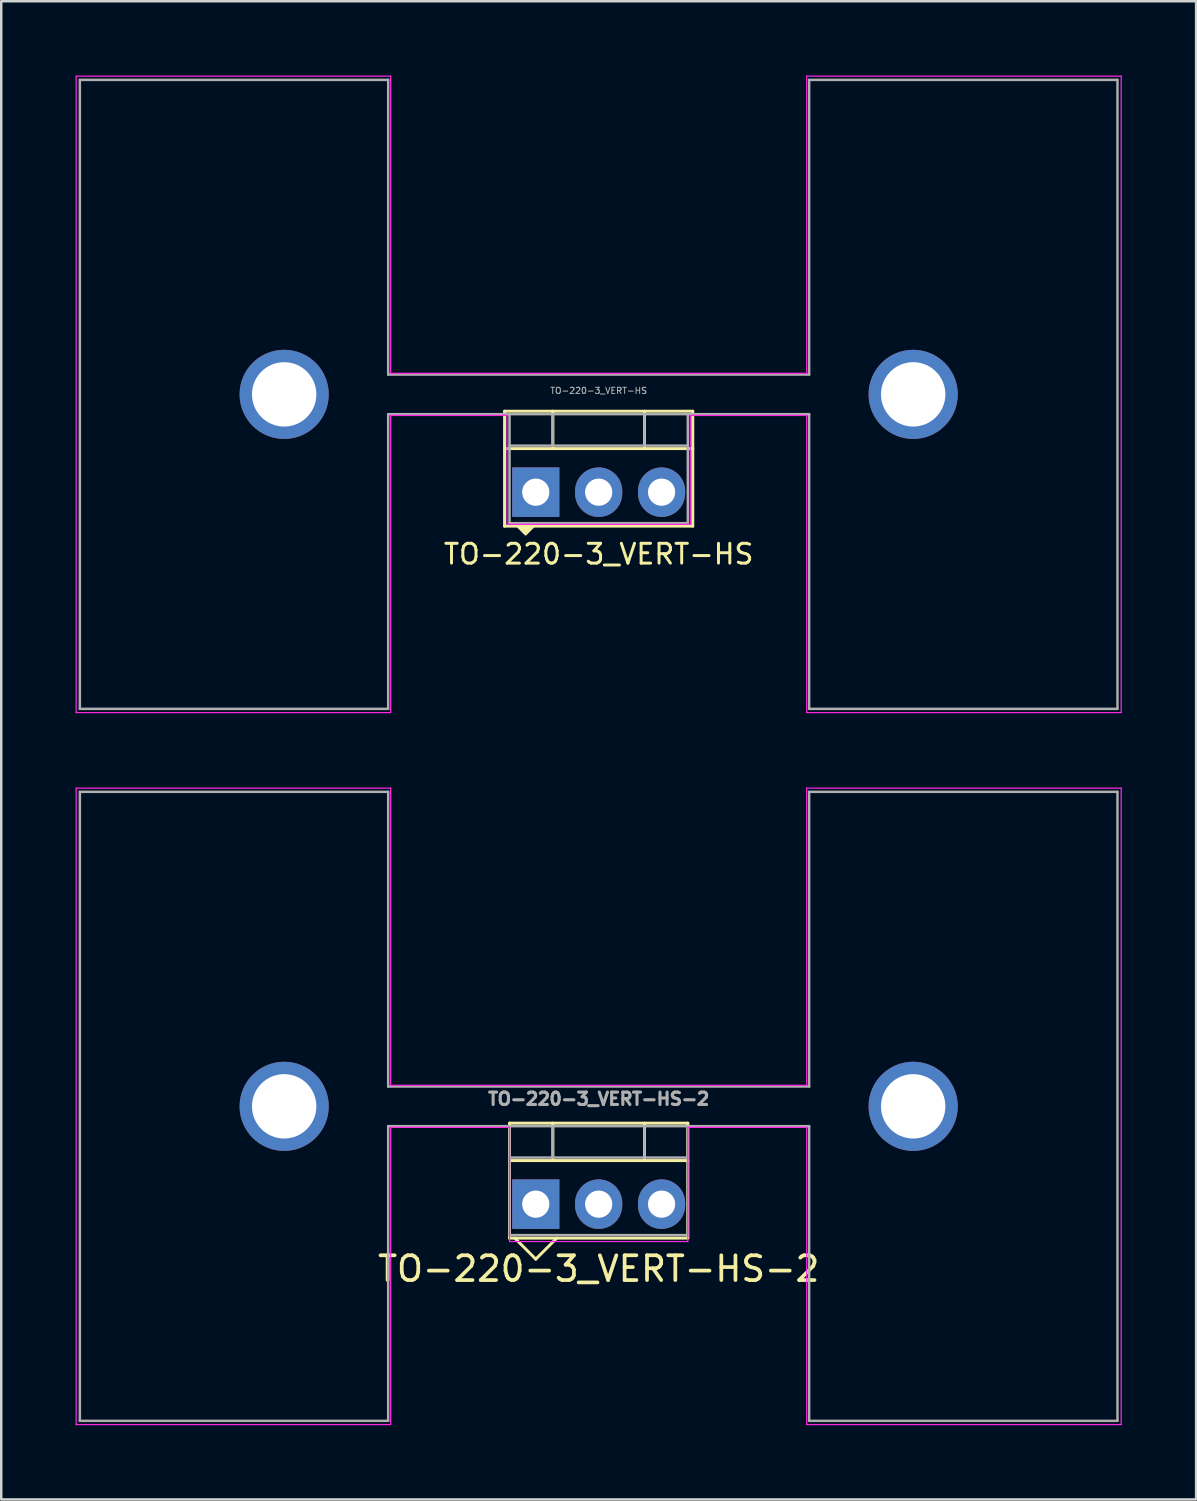
<source format=kicad_pcb>
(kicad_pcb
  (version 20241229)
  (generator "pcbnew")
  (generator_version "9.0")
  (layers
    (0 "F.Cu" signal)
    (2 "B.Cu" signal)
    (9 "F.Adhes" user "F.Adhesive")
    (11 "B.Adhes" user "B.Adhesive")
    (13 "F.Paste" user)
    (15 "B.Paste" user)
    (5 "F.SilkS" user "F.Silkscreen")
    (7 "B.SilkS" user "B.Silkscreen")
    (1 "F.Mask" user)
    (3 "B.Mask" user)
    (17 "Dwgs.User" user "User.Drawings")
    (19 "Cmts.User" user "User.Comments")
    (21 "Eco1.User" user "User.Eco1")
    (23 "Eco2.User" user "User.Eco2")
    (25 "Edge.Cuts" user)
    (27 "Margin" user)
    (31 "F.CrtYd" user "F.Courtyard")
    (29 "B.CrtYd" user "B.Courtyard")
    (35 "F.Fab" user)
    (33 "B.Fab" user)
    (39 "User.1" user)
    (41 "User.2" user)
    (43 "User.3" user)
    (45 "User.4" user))
  (footprint "TO-220-3_VERT-HS-2"
    (layer "F.Cu")
    (at 21.125 45.575)
    (property "Reference" "TO-220-3_VERT-HS-2" (at 0 2.61 0) (layer "F.SilkS") (effects (font (size 1 1) (thickness 0.15))))
    (attr through_hole)
    (fp_line (start -3.6 -3.27) (end -3.6 1.371) (stroke (width 0.12) (type solid)) (layer "F.SilkS"))
    (fp_line (start -3.6 -3.27) (end 3.6 -3.27) (stroke (width 0.12) (type solid)) (layer "F.SilkS"))
    (fp_line (start -3.6 -1.76) (end 3.6 -1.76) (stroke (width 0.12) (type solid)) (layer "F.SilkS"))
    (fp_line (start -3.6 1.371) (end 3.6 1.371) (stroke (width 0.12) (type solid)) (layer "F.SilkS"))
    (fp_line (start -3.39 1.37) (end -2.54 2.22) (stroke (width 0.12) (type default)) (layer "F.SilkS"))
    (fp_line (start -2.54 2.22) (end -1.69 1.37) (stroke (width 0.12) (type default)) (layer "F.SilkS"))
    (fp_line (start -1.85 -3.27) (end -1.85 -1.76) (stroke (width 0.12) (type solid)) (layer "F.SilkS"))
    (fp_line (start 1.851 -3.27) (end 1.851 -1.76) (stroke (width 0.12) (type solid)) (layer "F.SilkS"))
    (fp_line (start 3.6 -3.27) (end 3.6 1.371) (stroke (width 0.12) (type solid)) (layer "F.SilkS"))
    (fp_line (start -21.1 -16.8) (end -8.4 -16.8) (stroke (width 0.05) (type solid)) (layer "F.CrtYd"))
    (fp_line (start -21.1 8.9) (end -21.1 -16.8) (stroke (width 0.05) (type solid)) (layer "F.CrtYd"))
    (fp_line (start -8.4 -16.8) (end -8.4 -4.8) (stroke (width 0.05) (type solid)) (layer "F.CrtYd"))
    (fp_line (start -8.4 -4.8) (end 8.4 -4.8) (stroke (width 0.05) (type solid)) (layer "F.CrtYd"))
    (fp_line (start -8.4 -3.1) (end -8.4 8.9) (stroke (width 0.05) (type solid)) (layer "F.CrtYd"))
    (fp_line (start -8.4 8.9) (end -21.1 8.9) (stroke (width 0.05) (type solid)) (layer "F.CrtYd"))
    (fp_line (start -3.6 -3.1) (end -8.4 -3.1) (stroke (width 0.05) (type solid)) (layer "F.CrtYd"))
    (fp_line (start -3.6 -3.1) (end -3.6 1.51) (stroke (width 0.05) (type solid)) (layer "F.CrtYd"))
    (fp_line (start -3.6 1.51) (end 3.6 1.51) (stroke (width 0.05) (type solid)) (layer "F.CrtYd"))
    (fp_line (start 3.6 1.51) (end 3.6 -3.1) (stroke (width 0.05) (type solid)) (layer "F.CrtYd"))
    (fp_line (start 8.4 -16.8) (end 21.1 -16.8) (stroke (width 0.05) (type solid)) (layer "F.CrtYd"))
    (fp_line (start 8.4 -4.8) (end 8.4 -16.8) (stroke (width 0.05) (type solid)) (layer "F.CrtYd"))
    (fp_line (start 8.4 -3.1) (end 3.6 -3.1) (stroke (width 0.05) (type solid)) (layer "F.CrtYd"))
    (fp_line (start 8.4 8.9) (end 8.4 -3.1) (stroke (width 0.05) (type solid)) (layer "F.CrtYd"))
    (fp_line (start 21.1 -16.8) (end 21.1 8.9) (stroke (width 0.05) (type solid)) (layer "F.CrtYd"))
    (fp_line (start 21.1 8.9) (end 8.4 8.9) (stroke (width 0.05) (type solid)) (layer "F.CrtYd"))
    (fp_line (start -20.95 -16.65) (end -20.95 8.75) (stroke (width 0.1) (type solid)) (layer "F.Fab"))
    (fp_line (start -8.5 -16.65) (end -20.95 -16.65) (stroke (width 0.1) (type solid)) (layer "F.Fab"))
    (fp_line (start -8.5 -4.75) (end -8.5 -16.65) (stroke (width 0.1) (type solid)) (layer "F.Fab"))
    (fp_line (start -8.5 -4.75) (end 8.5 -4.75) (stroke (width 0.1) (type solid)) (layer "F.Fab"))
    (fp_line (start -8.5 -3.15) (end -8.5 8.75) (stroke (width 0.1) (type solid)) (layer "F.Fab"))
    (fp_line (start -8.5 -3.15) (end 8.5 -3.15) (stroke (width 0.1) (type solid)) (layer "F.Fab"))
    (fp_line (start -8.5 8.75) (end -20.95 8.75) (stroke (width 0.1) (type solid)) (layer "F.Fab"))
    (fp_line (start -3.6 -3.15) (end -3.6 1.25) (stroke (width 0.1) (type solid)) (layer "F.Fab"))
    (fp_line (start -3.6 -1.88) (end 3.6 -1.88) (stroke (width 0.1) (type solid)) (layer "F.Fab"))
    (fp_line (start -3.6 1.25) (end 3.6 1.25) (stroke (width 0.1) (type solid)) (layer "F.Fab"))
    (fp_line (start -1.85 -3.15) (end -1.85 -1.88) (stroke (width 0.1) (type solid)) (layer "F.Fab"))
    (fp_line (start 1.85 -3.15) (end 1.85 -1.88) (stroke (width 0.1) (type solid)) (layer "F.Fab"))
    (fp_line (start 3.6 1.25) (end 3.6 -3.15) (stroke (width 0.1) (type solid)) (layer "F.Fab"))
    (fp_line (start 8.5 -16.65) (end 20.95 -16.65) (stroke (width 0.1) (type solid)) (layer "F.Fab"))
    (fp_line (start 8.5 -4.75) (end 8.5 -16.65) (stroke (width 0.1) (type solid)) (layer "F.Fab"))
    (fp_line (start 8.5 -3.15) (end 8.5 8.75) (stroke (width 0.1) (type solid)) (layer "F.Fab"))
    (fp_line (start 8.5 8.75) (end 20.95 8.75) (stroke (width 0.1) (type solid)) (layer "F.Fab"))
    (fp_line (start 20.95 -16.65) (end 20.95 8.75) (stroke (width 0.1) (type solid)) (layer "F.Fab"))
    (fp_line (start 0 -3.15) (end 0 -4.75) (stroke (width 0.12) (type solid)) (layer "User.9"))
    (fp_text user "${REFERENCE}" (at 0 -4.25 0) (layer "F.Fab") (effects (font (size 0.5 0.5) (thickness 0.125))))
    (pad "1" thru_hole rect (at -2.54 0) (size 1.905 2) (drill 1.1) (layers "*.Cu" "*.Mask"))
    (pad "2" thru_hole oval (at 0 0) (size 1.905 2) (drill 1.1) (layers "*.Cu" "*.Mask"))
    (pad "3" thru_hole oval (at 2.54 0) (size 1.905 2) (drill 1.1) (layers "*.Cu" "*.Mask"))
    (pad "M" thru_hole circle (at -12.7 -3.95) (size 3.6 3.6) (drill 2.6) (layers "*.Cu" "*.Mask"))
    (pad "M" thru_hole circle (at 12.7 -3.95) (size 3.6 3.6) (drill 2.6) (layers "*.Cu" "*.Mask")))
  (footprint "TO-220-3_VERT-HS"
    (layer "F.Cu")
    (at 21.125 16.825)
    (property "Reference" "TO-220-3_VERT-HS" (at 0 2.5 0) (layer "F.SilkS") (effects (font (size 0.8 0.8) (thickness 0.12))))
    (attr through_hole)
    (fp_line (start -3.8 -3.27) (end -3.8 1.371) (stroke (width 0.12) (type solid)) (layer "F.SilkS"))
    (fp_line (start -3.8 -3.27) (end 3.8 -3.27) (stroke (width 0.12) (type solid)) (layer "F.SilkS"))
    (fp_line (start -3.8 -1.76) (end 3.8 -1.76) (stroke (width 0.12) (type solid)) (layer "F.SilkS"))
    (fp_line (start -3.8 1.371) (end 3.8 1.371) (stroke (width 0.12) (type solid)) (layer "F.SilkS"))
    (fp_line (start -1.85 -3.27) (end -1.85 -1.76) (stroke (width 0.12) (type solid)) (layer "F.SilkS"))
    (fp_line (start 1.851 -3.27) (end 1.851 -1.76) (stroke (width 0.12) (type solid)) (layer "F.SilkS"))
    (fp_line (start 3.8 -3.27) (end 3.8 1.371) (stroke (width 0.12) (type solid)) (layer "F.SilkS"))
    (fp_poly (pts (xy -2.65 1.4) (xy -2.95 1.7) (xy -3.25 1.4)) (stroke (width 0.1) (type solid)) (fill yes) (layer "F.SilkS"))
    (fp_line (start -21.1 -16.8) (end -8.4 -16.8) (stroke (width 0.05) (type solid)) (layer "F.CrtYd"))
    (fp_line (start -21.1 8.9) (end -21.1 -16.8) (stroke (width 0.05) (type solid)) (layer "F.CrtYd"))
    (fp_line (start -8.4 -16.8) (end -8.4 -4.8) (stroke (width 0.05) (type solid)) (layer "F.CrtYd"))
    (fp_line (start -8.4 -4.8) (end 8.4 -4.8) (stroke (width 0.05) (type solid)) (layer "F.CrtYd"))
    (fp_line (start -8.4 -3.1) (end -8.4 8.9) (stroke (width 0.05) (type solid)) (layer "F.CrtYd"))
    (fp_line (start -8.4 8.9) (end -21.1 8.9) (stroke (width 0.05) (type solid)) (layer "F.CrtYd"))
    (fp_line (start -3.7 -3.1) (end -8.4 -3.1) (stroke (width 0.05) (type solid)) (layer "F.CrtYd"))
    (fp_line (start -3.7 -3.1) (end -3.7 1.3) (stroke (width 0.05) (type solid)) (layer "F.CrtYd"))
    (fp_line (start -3.7 1.3) (end 3.7 1.3) (stroke (width 0.05) (type solid)) (layer "F.CrtYd"))
    (fp_line (start 3.7 1.3) (end 3.7 -3.1) (stroke (width 0.05) (type solid)) (layer "F.CrtYd"))
    (fp_line (start 8.4 -16.8) (end 21.1 -16.8) (stroke (width 0.05) (type solid)) (layer "F.CrtYd"))
    (fp_line (start 8.4 -4.8) (end 8.4 -16.8) (stroke (width 0.05) (type solid)) (layer "F.CrtYd"))
    (fp_line (start 8.4 -3.1) (end 3.7 -3.1) (stroke (width 0.05) (type solid)) (layer "F.CrtYd"))
    (fp_line (start 8.4 8.9) (end 8.4 -3.1) (stroke (width 0.05) (type solid)) (layer "F.CrtYd"))
    (fp_line (start 21.1 -16.8) (end 21.1 8.9) (stroke (width 0.05) (type solid)) (layer "F.CrtYd"))
    (fp_line (start 21.1 8.9) (end 8.4 8.9) (stroke (width 0.05) (type solid)) (layer "F.CrtYd"))
    (fp_line (start -20.95 -16.65) (end -20.95 8.75) (stroke (width 0.1) (type solid)) (layer "F.Fab"))
    (fp_line (start -8.5 -16.65) (end -20.95 -16.65) (stroke (width 0.1) (type solid)) (layer "F.Fab"))
    (fp_line (start -8.5 -4.75) (end -8.5 -16.65) (stroke (width 0.1) (type solid)) (layer "F.Fab"))
    (fp_line (start -8.5 -4.75) (end 8.5 -4.75) (stroke (width 0.1) (type solid)) (layer "F.Fab"))
    (fp_line (start -8.5 -3.15) (end -8.5 8.75) (stroke (width 0.1) (type solid)) (layer "F.Fab"))
    (fp_line (start -8.5 -3.15) (end 8.5 -3.15) (stroke (width 0.1) (type solid)) (layer "F.Fab"))
    (fp_line (start -8.5 8.75) (end -20.95 8.75) (stroke (width 0.1) (type solid)) (layer "F.Fab"))
    (fp_line (start -3.6 -3.15) (end -3.6 1.25) (stroke (width 0.1) (type solid)) (layer "F.Fab"))
    (fp_line (start -3.6 -1.88) (end 3.6 -1.88) (stroke (width 0.1) (type solid)) (layer "F.Fab"))
    (fp_line (start -3.6 1.25) (end 3.6 1.25) (stroke (width 0.1) (type solid)) (layer "F.Fab"))
    (fp_line (start -1.85 -3.15) (end -1.85 -1.88) (stroke (width 0.1) (type solid)) (layer "F.Fab"))
    (fp_line (start 1.85 -3.15) (end 1.85 -1.88) (stroke (width 0.1) (type solid)) (layer "F.Fab"))
    (fp_line (start 3.6 1.25) (end 3.6 -3.15) (stroke (width 0.1) (type solid)) (layer "F.Fab"))
    (fp_line (start 8.5 -16.65) (end 20.95 -16.65) (stroke (width 0.1) (type solid)) (layer "F.Fab"))
    (fp_line (start 8.5 -4.75) (end 8.5 -16.65) (stroke (width 0.1) (type solid)) (layer "F.Fab"))
    (fp_line (start 8.5 -3.15) (end 8.5 8.75) (stroke (width 0.1) (type solid)) (layer "F.Fab"))
    (fp_line (start 8.5 8.75) (end 20.95 8.75) (stroke (width 0.1) (type solid)) (layer "F.Fab"))
    (fp_line (start 20.95 -16.65) (end 20.95 8.75) (stroke (width 0.1) (type solid)) (layer "F.Fab"))
    (fp_line (start 0 -3.15) (end 0 -4.75) (stroke (width 0.12) (type solid)) (layer "User.9"))
    (fp_text user "${REFERENCE}" (at 0 -4.1 0) (layer "F.Fab") (effects (font (size 0.25 0.25) (thickness 0.04))))
    (pad "1" thru_hole rect (at -2.54 0) (size 1.905 2) (drill 1.1) (layers "*.Cu" "*.Mask"))
    (pad "2" thru_hole oval (at 0 0) (size 1.905 2) (drill 1.1) (layers "*.Cu" "*.Mask"))
    (pad "3" thru_hole oval (at 2.54 0) (size 1.905 2) (drill 1.1) (layers "*.Cu" "*.Mask"))
    (pad "M" thru_hole circle (at -12.7 -3.95) (size 3.6 3.6) (drill 2.6) (layers "*.Cu" "*.Mask"))
    (pad "M" thru_hole circle (at 12.7 -3.95) (size 3.6 3.6) (drill 2.6) (layers "*.Cu" "*.Mask")))
  (gr_rect
    (start -3 -3)
    (end 45.25 57.5)
    (stroke (width 0.1) (type default))
    (fill no)
    (layer "Edge.Cuts")))
</source>
